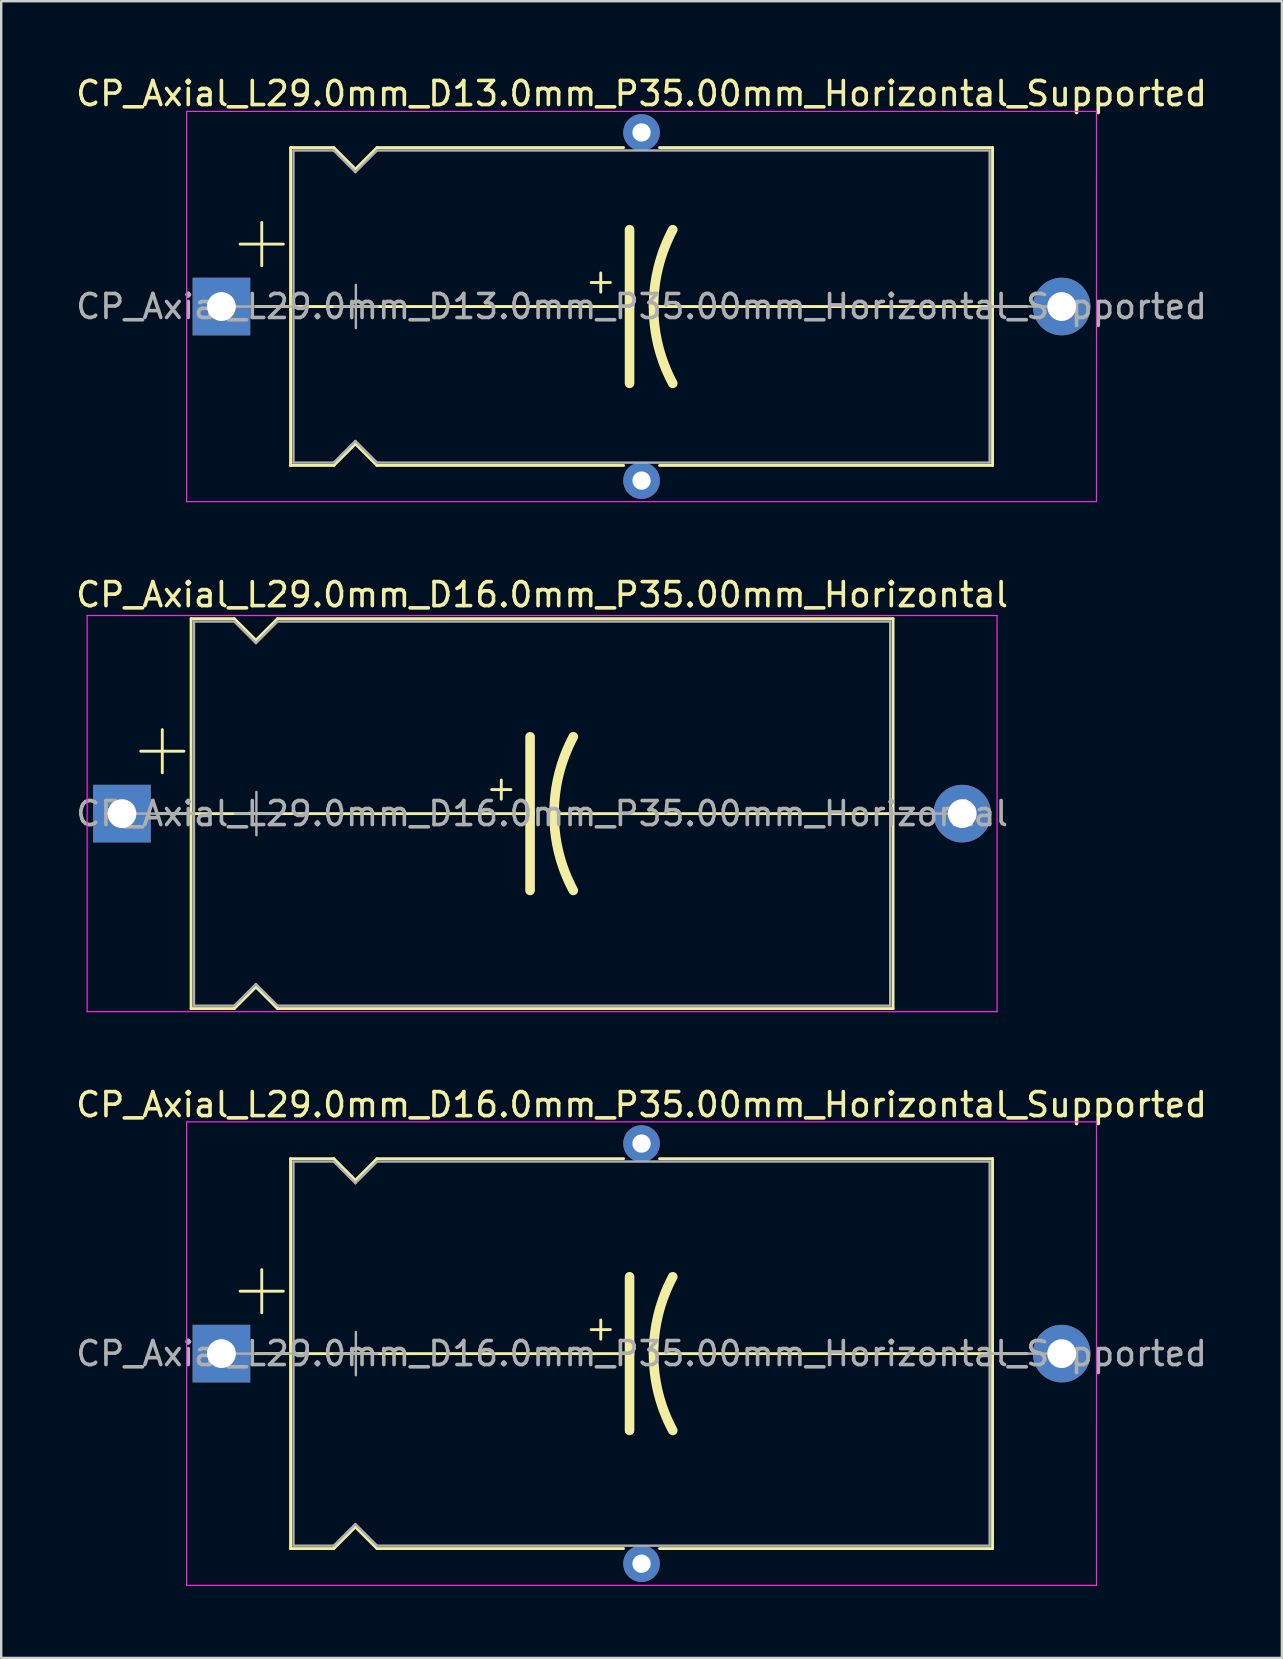
<source format=kicad_pcb>
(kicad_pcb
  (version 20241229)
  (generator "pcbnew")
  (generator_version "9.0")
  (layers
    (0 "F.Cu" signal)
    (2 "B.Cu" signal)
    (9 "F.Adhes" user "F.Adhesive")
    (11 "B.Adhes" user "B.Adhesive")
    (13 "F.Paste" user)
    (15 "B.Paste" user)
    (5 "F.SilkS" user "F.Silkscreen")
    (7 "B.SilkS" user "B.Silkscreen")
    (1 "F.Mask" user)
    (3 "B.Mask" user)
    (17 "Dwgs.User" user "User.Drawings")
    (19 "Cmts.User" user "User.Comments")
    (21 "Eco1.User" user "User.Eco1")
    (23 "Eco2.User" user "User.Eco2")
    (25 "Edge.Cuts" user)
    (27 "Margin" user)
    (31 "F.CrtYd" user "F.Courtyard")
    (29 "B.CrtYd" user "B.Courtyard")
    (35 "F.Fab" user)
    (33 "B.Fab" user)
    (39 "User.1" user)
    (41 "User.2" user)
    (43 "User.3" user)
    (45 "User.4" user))
  (footprint "CP_Axial_L29.0mm_D13.0mm_P35.00mm_Horizontal_Supported"
    (layer "F.Cu")
    (at 6.173 9.718)
    (property "Reference" "CP_Axial_L29.0mm_D13.0mm_P35.00mm_Horizontal_Supported" (at 17.5 -8.87 0) (layer "F.SilkS") (effects (font (size 1 1) (thickness 0.15))))
    (attr through_hole)
    (fp_line (start 0.78 -2.6) (end 2.58 -2.6) (stroke (width 0.12) (type solid)) (layer "F.SilkS"))
    (fp_line (start 1.44 0) (end 2.88 0) (stroke (width 0.12) (type solid)) (layer "F.SilkS"))
    (fp_line (start 1.68 -3.5) (end 1.68 -1.7) (stroke (width 0.12) (type solid)) (layer "F.SilkS"))
    (fp_line (start 2.88 -6.62) (end 2.88 6.62) (stroke (width 0.12) (type solid)) (layer "F.SilkS"))
    (fp_line (start 2.88 -6.62) (end 4.68 -6.62) (stroke (width 0.12) (type solid)) (layer "F.SilkS"))
    (fp_line (start 2.88 0) (end 17 0) (stroke (width 0.12) (type solid)) (layer "F.SilkS"))
    (fp_line (start 2.88 6.62) (end 4.68 6.62) (stroke (width 0.12) (type solid)) (layer "F.SilkS"))
    (fp_line (start 4.68 -6.62) (end 5.58 -5.72) (stroke (width 0.12) (type solid)) (layer "F.SilkS"))
    (fp_line (start 4.68 6.62) (end 5.58 5.72) (stroke (width 0.12) (type solid)) (layer "F.SilkS"))
    (fp_line (start 5.58 -5.72) (end 6.48 -6.62) (stroke (width 0.12) (type solid)) (layer "F.SilkS"))
    (fp_line (start 5.58 5.72) (end 6.48 6.62) (stroke (width 0.12) (type solid)) (layer "F.SilkS"))
    (fp_line (start 6.48 -6.62) (end 16.75 -6.62) (stroke (width 0.12) (type solid)) (layer "F.SilkS"))
    (fp_line (start 6.48 6.62) (end 16.75 6.62) (stroke (width 0.12) (type solid)) (layer "F.SilkS"))
    (fp_line (start 15.4 -1) (end 16.2 -1) (stroke (width 0.12) (type solid)) (layer "F.SilkS"))
    (fp_line (start 15.8 -1.4) (end 15.8 -0.6) (stroke (width 0.12) (type solid)) (layer "F.SilkS"))
    (fp_line (start 17 0) (end 17 -3.2) (stroke (width 0.4) (type solid)) (layer "F.SilkS"))
    (fp_line (start 17 0) (end 17 3.2) (stroke (width 0.4) (type solid)) (layer "F.SilkS"))
    (fp_line (start 18.25 -6.62) (end 32.12 -6.62) (stroke (width 0.12) (type solid)) (layer "F.SilkS"))
    (fp_line (start 18.25 6.62) (end 32.12 6.62) (stroke (width 0.12) (type solid)) (layer "F.SilkS"))
    (fp_line (start 32.12 -6.62) (end 32.12 6.62) (stroke (width 0.12) (type solid)) (layer "F.SilkS"))
    (fp_line (start 32.12 0) (end 18 0) (stroke (width 0.12) (type solid)) (layer "F.SilkS"))
    (fp_line (start 33.56 0) (end 32.12 0) (stroke (width 0.12) (type solid)) (layer "F.SilkS"))
    (fp_arc (start 18 0) (mid 18.203545 -1.649114) (end 18.8 -3.2) (stroke (width 0.4) (type solid)) (layer "F.SilkS"))
    (fp_arc (start 18.8 3.2) (mid 18.200709 1.649823) (end 18 0) (stroke (width 0.4) (type solid)) (layer "F.SilkS"))
    (fp_line (start -1.45 -8.128) (end -1.45 8.128) (stroke (width 0.05) (type solid)) (layer "F.CrtYd"))
    (fp_line (start -1.45 8.128) (end 36.45 8.128) (stroke (width 0.05) (type solid)) (layer "F.CrtYd"))
    (fp_line (start 36.45 -8.128) (end -1.45 -8.128) (stroke (width 0.05) (type solid)) (layer "F.CrtYd"))
    (fp_line (start 36.45 8.128) (end 36.449 -8.128) (stroke (width 0.05) (type solid)) (layer "F.CrtYd"))
    (fp_line (start 0 0) (end 3 0) (stroke (width 0.1) (type solid)) (layer "F.Fab"))
    (fp_line (start 3 -6.5) (end 3 6.5) (stroke (width 0.1) (type solid)) (layer "F.Fab"))
    (fp_line (start 3 -6.5) (end 4.68 -6.5) (stroke (width 0.1) (type solid)) (layer "F.Fab"))
    (fp_line (start 3 6.5) (end 4.68 6.5) (stroke (width 0.1) (type solid)) (layer "F.Fab"))
    (fp_line (start 4.68 -6.5) (end 5.58 -5.6) (stroke (width 0.1) (type solid)) (layer "F.Fab"))
    (fp_line (start 4.68 6.5) (end 5.58 5.6) (stroke (width 0.1) (type solid)) (layer "F.Fab"))
    (fp_line (start 4.7 0) (end 6.5 0) (stroke (width 0.1) (type solid)) (layer "F.Fab"))
    (fp_line (start 5.58 -5.6) (end 6.48 -6.5) (stroke (width 0.1) (type solid)) (layer "F.Fab"))
    (fp_line (start 5.58 5.6) (end 6.48 6.5) (stroke (width 0.1) (type solid)) (layer "F.Fab"))
    (fp_line (start 5.6 -0.9) (end 5.6 0.9) (stroke (width 0.1) (type solid)) (layer "F.Fab"))
    (fp_line (start 6.48 -6.5) (end 32 -6.5) (stroke (width 0.1) (type solid)) (layer "F.Fab"))
    (fp_line (start 6.48 6.5) (end 32 6.5) (stroke (width 0.1) (type solid)) (layer "F.Fab"))
    (fp_line (start 32 -6.5) (end 32 6.5) (stroke (width 0.1) (type solid)) (layer "F.Fab"))
    (fp_line (start 35 0) (end 32 0) (stroke (width 0.1) (type solid)) (layer "F.Fab"))
    (fp_text user "${REFERENCE}" (at 17.5 0 0) (layer "F.Fab") (effects (font (size 1 1) (thickness 0.15))))
    (pad "" thru_hole circle (at 17.5 -7.25) (size 1.524 1.524) (drill 0.762) (layers "*.Cu" "*.Mask"))
    (pad "" thru_hole circle (at 17.5 7.25) (size 1.524 1.524) (drill 0.762) (layers "*.Cu" "*.Mask"))
    (pad "1" thru_hole rect (at 0 0) (size 2.4 2.4) (drill 1.2) (layers "*.Cu" "*.Mask"))
    (pad "2" thru_hole oval (at 35 0) (size 2.4 2.4) (drill 1.2) (layers "*.Cu" "*.Mask")))
  (footprint "CP_Axial_L29.0mm_D16.0mm_P35.00mm_Horizontal_Supported"
    (layer "F.Cu")
    (at 6.173 53.333)
    (property "Reference" "CP_Axial_L29.0mm_D16.0mm_P35.00mm_Horizontal_Supported" (at 17.5 -10.37 0) (layer "F.SilkS") (effects (font (size 1 1) (thickness 0.15))))
    (attr through_hole)
    (fp_line (start 0.78 -2.6) (end 2.58 -2.6) (stroke (width 0.12) (type solid)) (layer "F.SilkS"))
    (fp_line (start 1.44 0) (end 2.88 0) (stroke (width 0.12) (type solid)) (layer "F.SilkS"))
    (fp_line (start 1.68 -3.5) (end 1.68 -1.7) (stroke (width 0.12) (type solid)) (layer "F.SilkS"))
    (fp_line (start 2.88 -8.12) (end 2.88 8.12) (stroke (width 0.12) (type solid)) (layer "F.SilkS"))
    (fp_line (start 2.88 -8.12) (end 4.68 -8.12) (stroke (width 0.12) (type solid)) (layer "F.SilkS"))
    (fp_line (start 2.88 0) (end 17 0) (stroke (width 0.12) (type solid)) (layer "F.SilkS"))
    (fp_line (start 2.88 8.12) (end 4.68 8.12) (stroke (width 0.12) (type solid)) (layer "F.SilkS"))
    (fp_line (start 4.68 -8.12) (end 5.58 -7.22) (stroke (width 0.12) (type solid)) (layer "F.SilkS"))
    (fp_line (start 4.68 8.12) (end 5.58 7.22) (stroke (width 0.12) (type solid)) (layer "F.SilkS"))
    (fp_line (start 5.58 -7.22) (end 6.48 -8.12) (stroke (width 0.12) (type solid)) (layer "F.SilkS"))
    (fp_line (start 5.58 7.22) (end 6.48 8.12) (stroke (width 0.12) (type solid)) (layer "F.SilkS"))
    (fp_line (start 6.48 -8.12) (end 16.75 -8.12) (stroke (width 0.12) (type solid)) (layer "F.SilkS"))
    (fp_line (start 6.48 8.12) (end 16.75 8.12) (stroke (width 0.12) (type solid)) (layer "F.SilkS"))
    (fp_line (start 15.4 -1) (end 16.2 -1) (stroke (width 0.12) (type solid)) (layer "F.SilkS"))
    (fp_line (start 15.8 -1.4) (end 15.8 -0.6) (stroke (width 0.12) (type solid)) (layer "F.SilkS"))
    (fp_line (start 17 0) (end 17 -3.2) (stroke (width 0.4) (type solid)) (layer "F.SilkS"))
    (fp_line (start 17 0) (end 17 3.2) (stroke (width 0.4) (type solid)) (layer "F.SilkS"))
    (fp_line (start 18.25 -8.12) (end 32.12 -8.12) (stroke (width 0.12) (type solid)) (layer "F.SilkS"))
    (fp_line (start 18.25 8.12) (end 32.12 8.12) (stroke (width 0.12) (type solid)) (layer "F.SilkS"))
    (fp_line (start 32.12 -8.12) (end 32.12 8.12) (stroke (width 0.12) (type solid)) (layer "F.SilkS"))
    (fp_line (start 32.12 0) (end 18 0) (stroke (width 0.12) (type solid)) (layer "F.SilkS"))
    (fp_line (start 33.56 0) (end 32.12 0) (stroke (width 0.12) (type solid)) (layer "F.SilkS"))
    (fp_arc (start 18 0) (mid 18.203545 -1.649114) (end 18.8 -3.2) (stroke (width 0.4) (type solid)) (layer "F.SilkS"))
    (fp_arc (start 18.8 3.2) (mid 18.200709 1.649823) (end 18 0) (stroke (width 0.4) (type solid)) (layer "F.SilkS"))
    (fp_line (start -1.45 -9.652) (end -1.45 9.652) (stroke (width 0.05) (type solid)) (layer "F.CrtYd"))
    (fp_line (start -1.45 9.652) (end 36.45 9.652) (stroke (width 0.05) (type solid)) (layer "F.CrtYd"))
    (fp_line (start 36.449 9.652) (end 36.45 -9.652) (stroke (width 0.05) (type solid)) (layer "F.CrtYd"))
    (fp_line (start 36.45 -9.652) (end -1.45 -9.652) (stroke (width 0.05) (type solid)) (layer "F.CrtYd"))
    (fp_line (start 0 0) (end 3 0) (stroke (width 0.1) (type solid)) (layer "F.Fab"))
    (fp_line (start 3 -8) (end 3 8) (stroke (width 0.1) (type solid)) (layer "F.Fab"))
    (fp_line (start 3 -8) (end 4.68 -8) (stroke (width 0.1) (type solid)) (layer "F.Fab"))
    (fp_line (start 3 8) (end 4.68 8) (stroke (width 0.1) (type solid)) (layer "F.Fab"))
    (fp_line (start 4.68 -8) (end 5.58 -7.1) (stroke (width 0.1) (type solid)) (layer "F.Fab"))
    (fp_line (start 4.68 8) (end 5.58 7.1) (stroke (width 0.1) (type solid)) (layer "F.Fab"))
    (fp_line (start 4.7 0) (end 6.5 0) (stroke (width 0.1) (type solid)) (layer "F.Fab"))
    (fp_line (start 5.58 -7.1) (end 6.48 -8) (stroke (width 0.1) (type solid)) (layer "F.Fab"))
    (fp_line (start 5.58 7.1) (end 6.48 8) (stroke (width 0.1) (type solid)) (layer "F.Fab"))
    (fp_line (start 5.6 -0.9) (end 5.6 0.9) (stroke (width 0.1) (type solid)) (layer "F.Fab"))
    (fp_line (start 6.48 -8) (end 32 -8) (stroke (width 0.1) (type solid)) (layer "F.Fab"))
    (fp_line (start 6.48 8) (end 32 8) (stroke (width 0.1) (type solid)) (layer "F.Fab"))
    (fp_line (start 32 -8) (end 32 8) (stroke (width 0.1) (type solid)) (layer "F.Fab"))
    (fp_line (start 35 0) (end 32 0) (stroke (width 0.1) (type solid)) (layer "F.Fab"))
    (fp_text user "${REFERENCE}" (at 17.5 0 0) (layer "F.Fab") (effects (font (size 1 1) (thickness 0.15))))
    (pad "" thru_hole circle (at 17.5 -8.75) (size 1.524 1.524) (drill 0.762) (layers "*.Cu" "*.Mask"))
    (pad "" thru_hole circle (at 17.5 8.75) (size 1.524 1.524) (drill 0.762) (layers "*.Cu" "*.Mask"))
    (pad "1" thru_hole rect (at 0 0) (size 2.4 2.4) (drill 1.2) (layers "*.Cu" "*.Mask"))
    (pad "2" thru_hole oval (at 35 0) (size 2.4 2.4) (drill 1.2) (layers "*.Cu" "*.Mask")))
  (footprint "CP_Axial_L29.0mm_D16.0mm_P35.00mm_Horizontal"
    (layer "F.Cu")
    (at 2.03 30.84)
    (property "Reference" "CP_Axial_L29.0mm_D16.0mm_P35.00mm_Horizontal" (at 17.5 -9.12 0) (layer "F.SilkS") (effects (font (size 1 1) (thickness 0.15))))
    (attr through_hole)
    (fp_line (start 0.78 -2.6) (end 2.58 -2.6) (stroke (width 0.12) (type solid)) (layer "F.SilkS"))
    (fp_line (start 1.44 0) (end 2.88 0) (stroke (width 0.12) (type solid)) (layer "F.SilkS"))
    (fp_line (start 1.68 -3.5) (end 1.68 -1.7) (stroke (width 0.12) (type solid)) (layer "F.SilkS"))
    (fp_line (start 2.88 -8.12) (end 2.88 8.12) (stroke (width 0.12) (type solid)) (layer "F.SilkS"))
    (fp_line (start 2.88 -8.12) (end 4.68 -8.12) (stroke (width 0.12) (type solid)) (layer "F.SilkS"))
    (fp_line (start 2.88 0) (end 17 0) (stroke (width 0.12) (type solid)) (layer "F.SilkS"))
    (fp_line (start 2.88 8.12) (end 4.68 8.12) (stroke (width 0.12) (type solid)) (layer "F.SilkS"))
    (fp_line (start 4.68 -8.12) (end 5.58 -7.22) (stroke (width 0.12) (type solid)) (layer "F.SilkS"))
    (fp_line (start 4.68 8.12) (end 5.58 7.22) (stroke (width 0.12) (type solid)) (layer "F.SilkS"))
    (fp_line (start 5.58 -7.22) (end 6.48 -8.12) (stroke (width 0.12) (type solid)) (layer "F.SilkS"))
    (fp_line (start 5.58 7.22) (end 6.48 8.12) (stroke (width 0.12) (type solid)) (layer "F.SilkS"))
    (fp_line (start 6.48 -8.12) (end 32.12 -8.12) (stroke (width 0.12) (type solid)) (layer "F.SilkS"))
    (fp_line (start 6.48 8.12) (end 32.12 8.12) (stroke (width 0.12) (type solid)) (layer "F.SilkS"))
    (fp_line (start 15.4 -1) (end 16.2 -1) (stroke (width 0.12) (type solid)) (layer "F.SilkS"))
    (fp_line (start 15.8 -1.4) (end 15.8 -0.6) (stroke (width 0.12) (type solid)) (layer "F.SilkS"))
    (fp_line (start 17 0) (end 17 -3.2) (stroke (width 0.4) (type solid)) (layer "F.SilkS"))
    (fp_line (start 17 0) (end 17 3.2) (stroke (width 0.4) (type solid)) (layer "F.SilkS"))
    (fp_line (start 32.12 -8.12) (end 32.12 8.12) (stroke (width 0.12) (type solid)) (layer "F.SilkS"))
    (fp_line (start 32.12 0) (end 18 0) (stroke (width 0.12) (type solid)) (layer "F.SilkS"))
    (fp_line (start 33.56 0) (end 32.12 0) (stroke (width 0.12) (type solid)) (layer "F.SilkS"))
    (fp_arc (start 18 0) (mid 18.203545 -1.649114) (end 18.8 -3.2) (stroke (width 0.4) (type solid)) (layer "F.SilkS"))
    (fp_arc (start 18.8 3.2) (mid 18.200709 1.649823) (end 18 0) (stroke (width 0.4) (type solid)) (layer "F.SilkS"))
    (fp_line (start -1.45 -8.25) (end -1.45 8.25) (stroke (width 0.05) (type solid)) (layer "F.CrtYd"))
    (fp_line (start -1.45 8.25) (end 36.45 8.25) (stroke (width 0.05) (type solid)) (layer "F.CrtYd"))
    (fp_line (start 36.45 -8.25) (end -1.45 -8.25) (stroke (width 0.05) (type solid)) (layer "F.CrtYd"))
    (fp_line (start 36.45 8.25) (end 36.45 -8.25) (stroke (width 0.05) (type solid)) (layer "F.CrtYd"))
    (fp_line (start 0 0) (end 3 0) (stroke (width 0.1) (type solid)) (layer "F.Fab"))
    (fp_line (start 3 -8) (end 3 8) (stroke (width 0.1) (type solid)) (layer "F.Fab"))
    (fp_line (start 3 -8) (end 4.68 -8) (stroke (width 0.1) (type solid)) (layer "F.Fab"))
    (fp_line (start 3 8) (end 4.68 8) (stroke (width 0.1) (type solid)) (layer "F.Fab"))
    (fp_line (start 4.68 -8) (end 5.58 -7.1) (stroke (width 0.1) (type solid)) (layer "F.Fab"))
    (fp_line (start 4.68 8) (end 5.58 7.1) (stroke (width 0.1) (type solid)) (layer "F.Fab"))
    (fp_line (start 4.7 0) (end 6.5 0) (stroke (width 0.1) (type solid)) (layer "F.Fab"))
    (fp_line (start 5.58 -7.1) (end 6.48 -8) (stroke (width 0.1) (type solid)) (layer "F.Fab"))
    (fp_line (start 5.58 7.1) (end 6.48 8) (stroke (width 0.1) (type solid)) (layer "F.Fab"))
    (fp_line (start 5.6 -0.9) (end 5.6 0.9) (stroke (width 0.1) (type solid)) (layer "F.Fab"))
    (fp_line (start 6.48 -8) (end 32 -8) (stroke (width 0.1) (type solid)) (layer "F.Fab"))
    (fp_line (start 6.48 8) (end 32 8) (stroke (width 0.1) (type solid)) (layer "F.Fab"))
    (fp_line (start 32 -8) (end 32 8) (stroke (width 0.1) (type solid)) (layer "F.Fab"))
    (fp_line (start 35 0) (end 32 0) (stroke (width 0.1) (type solid)) (layer "F.Fab"))
    (fp_text user "${REFERENCE}" (at 17.5 0 0) (layer "F.Fab") (effects (font (size 1 1) (thickness 0.15))))
    (pad "1" thru_hole rect (at 0 0) (size 2.4 2.4) (drill 1.2) (layers "*.Cu" "*.Mask"))
    (pad "2" thru_hole oval (at 35 0) (size 2.4 2.4) (drill 1.2) (layers "*.Cu" "*.Mask")))
  (gr_rect
    (start -3 -3)
    (end 50.345 66.01)
    (stroke (width 0.1) (type default))
    (fill no)
    (layer "Edge.Cuts")))
</source>
